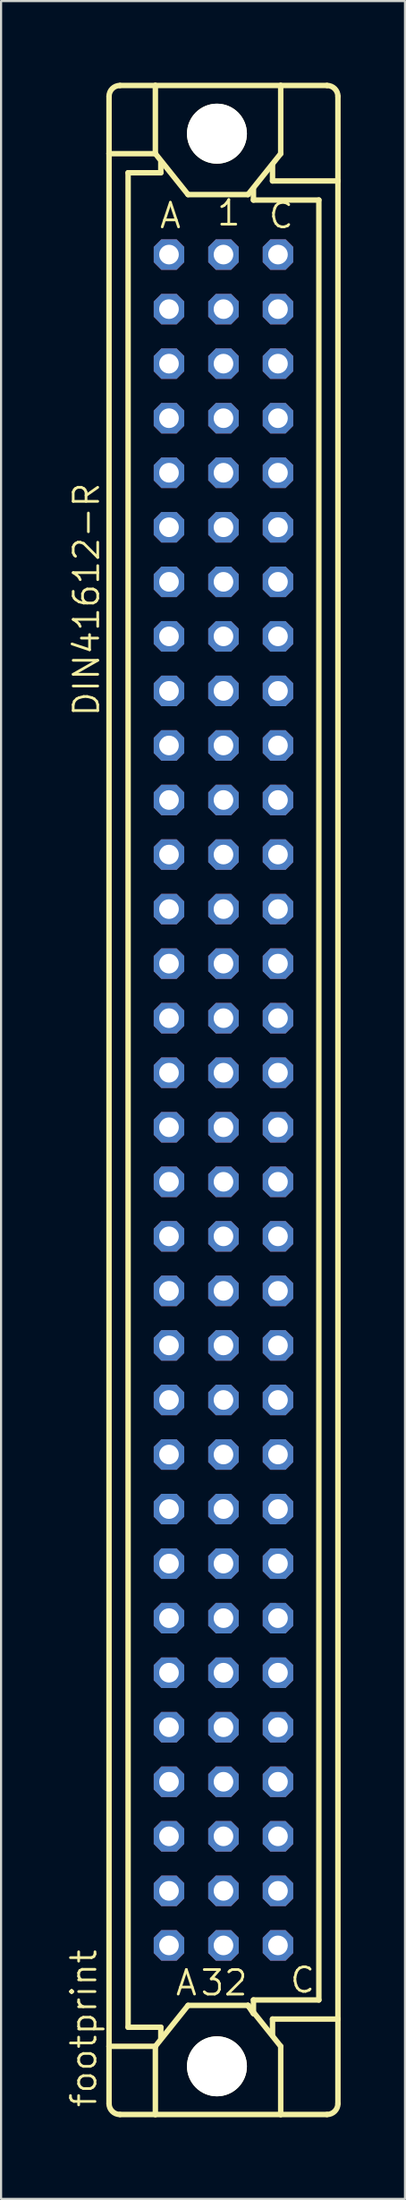
<source format=kicad_pcb>
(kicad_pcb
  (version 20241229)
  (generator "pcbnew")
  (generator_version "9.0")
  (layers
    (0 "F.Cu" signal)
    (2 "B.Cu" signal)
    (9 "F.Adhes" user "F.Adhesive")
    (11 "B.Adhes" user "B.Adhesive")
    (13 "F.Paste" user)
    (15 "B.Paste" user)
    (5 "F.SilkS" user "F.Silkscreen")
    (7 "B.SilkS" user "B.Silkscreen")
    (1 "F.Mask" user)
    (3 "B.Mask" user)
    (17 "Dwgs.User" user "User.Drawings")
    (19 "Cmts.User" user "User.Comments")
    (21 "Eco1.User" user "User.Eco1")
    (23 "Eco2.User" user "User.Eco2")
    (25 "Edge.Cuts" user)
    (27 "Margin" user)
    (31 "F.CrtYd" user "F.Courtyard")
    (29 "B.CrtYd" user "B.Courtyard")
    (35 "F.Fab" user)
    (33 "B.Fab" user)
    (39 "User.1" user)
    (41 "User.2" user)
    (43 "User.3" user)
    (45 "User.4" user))
  (footprint "footprint"
    (layer "F.Cu")
    (at 7.366 48.175)
    (property "Reference" "footprint" (at -5.842 46.99 90) (layer "F.SilkS") (effects (font (size 1.143 1.143) (thickness 0.127)) (justify left bottom)))
    (fp_line (start -5.334 -44.069) (end -5.334 -46.736) (stroke (width 0.254) (type solid)) (layer "F.SilkS"))
    (fp_line (start -5.334 -44.069) (end -3.175 -44.069) (stroke (width 0.254) (type solid)) (layer "F.SilkS"))
    (fp_line (start -5.334 44.069) (end -5.334 -44.069) (stroke (width 0.254) (type solid)) (layer "F.SilkS"))
    (fp_line (start -5.334 44.069) (end -3.175 44.069) (stroke (width 0.254) (type solid)) (layer "F.SilkS"))
    (fp_line (start -5.334 46.736) (end -5.334 44.069) (stroke (width 0.254) (type solid)) (layer "F.SilkS"))
    (fp_line (start -4.826 -47.244) (end -3.175 -47.244) (stroke (width 0.254) (type solid)) (layer "F.SilkS"))
    (fp_line (start -4.826 47.244) (end -3.175 47.244) (stroke (width 0.254) (type solid)) (layer "F.SilkS"))
    (fp_line (start -4.445 -43.18) (end -4.445 43.18) (stroke (width 0.254) (type solid)) (layer "F.SilkS"))
    (fp_line (start -4.445 43.18) (end -2.921 43.18) (stroke (width 0.254) (type solid)) (layer "F.SilkS"))
    (fp_line (start -3.175 -47.244) (end -3.175 -44.069) (stroke (width 0.254) (type solid)) (layer "F.SilkS"))
    (fp_line (start -3.175 47.244) (end -3.175 44.069) (stroke (width 0.254) (type solid)) (layer "F.SilkS"))
    (fp_line (start -3.175 47.244) (end 2.667 47.244) (stroke (width 0.254) (type solid)) (layer "F.SilkS"))
    (fp_line (start -2.921 -43.688) (end -2.921 -43.18) (stroke (width 0.254) (type solid)) (layer "F.SilkS"))
    (fp_line (start -2.921 -43.18) (end -4.445 -43.18) (stroke (width 0.254) (type solid)) (layer "F.SilkS"))
    (fp_line (start -2.921 43.18) (end -2.921 43.688) (stroke (width 0.254) (type solid)) (layer "F.SilkS"))
    (fp_line (start -1.651 -42.164) (end -3.175 -44.069) (stroke (width 0.254) (type solid)) (layer "F.SilkS"))
    (fp_line (start -1.651 42.164) (end -3.175 44.069) (stroke (width 0.254) (type solid)) (layer "F.SilkS"))
    (fp_line (start -1.651 42.164) (end 1.143 42.164) (stroke (width 0.254) (type solid)) (layer "F.SilkS"))
    (fp_line (start 1.143 -42.164) (end -1.651 -42.164) (stroke (width 0.254) (type solid)) (layer "F.SilkS"))
    (fp_line (start 1.143 -42.164) (end 2.667 -44.069) (stroke (width 0.254) (type solid)) (layer "F.SilkS"))
    (fp_line (start 1.143 42.164) (end 1.397 42.545) (stroke (width 0.254) (type solid)) (layer "F.SilkS"))
    (fp_line (start 1.143 42.164) (end 2.667 44.069) (stroke (width 0.254) (type solid)) (layer "F.SilkS"))
    (fp_line (start 1.397 -41.91) (end 1.397 -42.418) (stroke (width 0.254) (type solid)) (layer "F.SilkS"))
    (fp_line (start 1.397 41.91) (end 4.445 41.91) (stroke (width 0.254) (type solid)) (layer "F.SilkS"))
    (fp_line (start 1.397 42.545) (end 1.397 41.91) (stroke (width 0.254) (type solid)) (layer "F.SilkS"))
    (fp_line (start 2.286 -42.799) (end 2.286 -43.561) (stroke (width 0.254) (type solid)) (layer "F.SilkS"))
    (fp_line (start 2.286 42.799) (end 2.286 43.561) (stroke (width 0.254) (type solid)) (layer "F.SilkS"))
    (fp_line (start 2.286 42.799) (end 5.334 42.799) (stroke (width 0.254) (type solid)) (layer "F.SilkS"))
    (fp_line (start 2.667 -47.244) (end -3.175 -47.244) (stroke (width 0.254) (type solid)) (layer "F.SilkS"))
    (fp_line (start 2.667 -47.244) (end 2.667 -44.069) (stroke (width 0.254) (type solid)) (layer "F.SilkS"))
    (fp_line (start 2.667 47.244) (end 2.667 44.069) (stroke (width 0.254) (type solid)) (layer "F.SilkS"))
    (fp_line (start 2.667 47.244) (end 4.826 47.244) (stroke (width 0.254) (type solid)) (layer "F.SilkS"))
    (fp_line (start 4.445 -41.91) (end 1.397 -41.91) (stroke (width 0.254) (type solid)) (layer "F.SilkS"))
    (fp_line (start 4.445 41.91) (end 4.445 -41.91) (stroke (width 0.254) (type solid)) (layer "F.SilkS"))
    (fp_line (start 4.826 -47.244) (end 2.667 -47.244) (stroke (width 0.254) (type solid)) (layer "F.SilkS"))
    (fp_line (start 5.334 -42.799) (end 2.286 -42.799) (stroke (width 0.254) (type solid)) (layer "F.SilkS"))
    (fp_line (start 5.334 -42.799) (end 5.334 -46.736) (stroke (width 0.254) (type solid)) (layer "F.SilkS"))
    (fp_line (start 5.334 42.799) (end 5.334 -42.799) (stroke (width 0.254) (type solid)) (layer "F.SilkS"))
    (fp_line (start 5.334 46.736) (end 5.334 42.799) (stroke (width 0.254) (type solid)) (layer "F.SilkS"))
    (fp_arc (start -5.334 -46.736) (mid -5.18521 -47.09521) (end -4.826 -47.244) (stroke (width 0.254) (type solid)) (layer "F.SilkS"))
    (fp_arc (start -4.826 47.244) (mid -5.18521 47.09521) (end -5.334 46.736) (stroke (width 0.254) (type solid)) (layer "F.SilkS"))
    (fp_arc (start 4.826 -47.244) (mid 5.18521 -47.09521) (end 5.334 -46.736) (stroke (width 0.254) (type solid)) (layer "F.SilkS"))
    (fp_arc (start 5.334 46.736) (mid 5.18521 47.09521) (end 4.826 47.244) (stroke (width 0.254) (type solid)) (layer "F.SilkS"))
    (fp_circle (center -0.305 -45) (end 0.965 -45) (stroke (width 0.254) (type solid)) (fill no) (layer "F.SilkS"))
    (fp_circle (center -0.305 45) (end 0.965 45) (stroke (width 0.254) (type solid)) (fill no) (layer "F.SilkS"))
    (fp_text user "C" (at 2.032 -40.513 0) (layer "F.SilkS") (effects (font (size 1.143 1.143) (thickness 0.127)) (justify left bottom)))
    (fp_text user "A" (at -3.048 -40.513 0) (layer "F.SilkS") (effects (font (size 1.143 1.143) (thickness 0.127)) (justify left bottom)))
    (fp_text user " C " (at 2.159 41.656 0) (layer "F.SilkS") (effects (font (size 1.143 1.143) (thickness 0.127)) (justify left bottom)))
    (fp_text user "32" (at -1.143 41.783 0) (layer "F.SilkS") (effects (font (size 1.143 1.143) (thickness 0.127)) (justify left bottom)))
    (fp_text user "DIN41612-R" (at -5.715 -17.78 90) (layer "F.SilkS") (effects (font (size 1.143 1.143) (thickness 0.127)) (justify left bottom)))
    (fp_text user "1" (at -0.381 -40.64 0) (layer "F.SilkS") (effects (font (size 1.143 1.143) (thickness 0.127)) (justify left bottom)))
    (fp_text user " A " (at -3.175 41.783 0) (layer "F.SilkS") (effects (font (size 1.143 1.143) (thickness 0.127)) (justify left bottom)))
    (pad "" np_thru_hole circle (at -0.305 -45) (size 2.794 2.794) (drill 2.794) (layers "*.Cu" "*.Mask"))
    (pad "" np_thru_hole circle (at -0.305 45) (size 2.794 2.794) (drill 2.794) (layers "*.Cu" "*.Mask"))
    (pad "A1" thru_hole roundrect (at -2.54 -39.37) (size 1.422 1.422) (drill 0.914) (layers "*.Cu" "*.Mask") (roundrect_rratio 0.25) (chamfer_ratio 0.25) (chamfer top_left top_right bottom_left bottom_right))
    (pad "A2" thru_hole roundrect (at -2.54 -36.83) (size 1.422 1.422) (drill 0.914) (layers "*.Cu" "*.Mask") (roundrect_rratio 0.25) (chamfer_ratio 0.25) (chamfer top_left top_right bottom_left bottom_right))
    (pad "A3" thru_hole roundrect (at -2.54 -34.29) (size 1.422 1.422) (drill 0.914) (layers "*.Cu" "*.Mask") (roundrect_rratio 0.25) (chamfer_ratio 0.25) (chamfer top_left top_right bottom_left bottom_right))
    (pad "A4" thru_hole roundrect (at -2.54 -31.75) (size 1.422 1.422) (drill 0.914) (layers "*.Cu" "*.Mask") (roundrect_rratio 0.25) (chamfer_ratio 0.25) (chamfer top_left top_right bottom_left bottom_right))
    (pad "A5" thru_hole roundrect (at -2.54 -29.21) (size 1.422 1.422) (drill 0.914) (layers "*.Cu" "*.Mask") (roundrect_rratio 0.25) (chamfer_ratio 0.25) (chamfer top_left top_right bottom_left bottom_right))
    (pad "A6" thru_hole roundrect (at -2.54 -26.67) (size 1.422 1.422) (drill 0.914) (layers "*.Cu" "*.Mask") (roundrect_rratio 0.25) (chamfer_ratio 0.25) (chamfer top_left top_right bottom_left bottom_right))
    (pad "A7" thru_hole roundrect (at -2.54 -24.13) (size 1.422 1.422) (drill 0.914) (layers "*.Cu" "*.Mask") (roundrect_rratio 0.25) (chamfer_ratio 0.25) (chamfer top_left top_right bottom_left bottom_right))
    (pad "A8" thru_hole roundrect (at -2.54 -21.59) (size 1.422 1.422) (drill 0.914) (layers "*.Cu" "*.Mask") (roundrect_rratio 0.25) (chamfer_ratio 0.25) (chamfer top_left top_right bottom_left bottom_right))
    (pad "A9" thru_hole roundrect (at -2.54 -19.05) (size 1.422 1.422) (drill 0.914) (layers "*.Cu" "*.Mask") (roundrect_rratio 0.25) (chamfer_ratio 0.25) (chamfer top_left top_right bottom_left bottom_right))
    (pad "A10" thru_hole roundrect (at -2.54 -16.51) (size 1.422 1.422) (drill 0.914) (layers "*.Cu" "*.Mask") (roundrect_rratio 0.25) (chamfer_ratio 0.25) (chamfer top_left top_right bottom_left bottom_right))
    (pad "A11" thru_hole roundrect (at -2.54 -13.97) (size 1.422 1.422) (drill 0.914) (layers "*.Cu" "*.Mask") (roundrect_rratio 0.25) (chamfer_ratio 0.25) (chamfer top_left top_right bottom_left bottom_right))
    (pad "A12" thru_hole roundrect (at -2.54 -11.43) (size 1.422 1.422) (drill 0.914) (layers "*.Cu" "*.Mask") (roundrect_rratio 0.25) (chamfer_ratio 0.25) (chamfer top_left top_right bottom_left bottom_right))
    (pad "A13" thru_hole roundrect (at -2.54 -8.89) (size 1.422 1.422) (drill 0.914) (layers "*.Cu" "*.Mask") (roundrect_rratio 0.25) (chamfer_ratio 0.25) (chamfer top_left top_right bottom_left bottom_right))
    (pad "A14" thru_hole roundrect (at -2.54 -6.35) (size 1.422 1.422) (drill 0.914) (layers "*.Cu" "*.Mask") (roundrect_rratio 0.25) (chamfer_ratio 0.25) (chamfer top_left top_right bottom_left bottom_right))
    (pad "A15" thru_hole roundrect (at -2.54 -3.81) (size 1.422 1.422) (drill 0.914) (layers "*.Cu" "*.Mask") (roundrect_rratio 0.25) (chamfer_ratio 0.25) (chamfer top_left top_right bottom_left bottom_right))
    (pad "A16" thru_hole roundrect (at -2.54 -1.27) (size 1.422 1.422) (drill 0.914) (layers "*.Cu" "*.Mask") (roundrect_rratio 0.25) (chamfer_ratio 0.25) (chamfer top_left top_right bottom_left bottom_right))
    (pad "A17" thru_hole roundrect (at -2.54 1.27) (size 1.422 1.422) (drill 0.914) (layers "*.Cu" "*.Mask") (roundrect_rratio 0.25) (chamfer_ratio 0.25) (chamfer top_left top_right bottom_left bottom_right))
    (pad "A18" thru_hole roundrect (at -2.54 3.81) (size 1.422 1.422) (drill 0.914) (layers "*.Cu" "*.Mask") (roundrect_rratio 0.25) (chamfer_ratio 0.25) (chamfer top_left top_right bottom_left bottom_right))
    (pad "A19" thru_hole roundrect (at -2.54 6.35) (size 1.422 1.422) (drill 0.914) (layers "*.Cu" "*.Mask") (roundrect_rratio 0.25) (chamfer_ratio 0.25) (chamfer top_left top_right bottom_left bottom_right))
    (pad "A20" thru_hole roundrect (at -2.54 8.89) (size 1.422 1.422) (drill 0.914) (layers "*.Cu" "*.Mask") (roundrect_rratio 0.25) (chamfer_ratio 0.25) (chamfer top_left top_right bottom_left bottom_right))
    (pad "A21" thru_hole roundrect (at -2.54 11.43) (size 1.422 1.422) (drill 0.914) (layers "*.Cu" "*.Mask") (roundrect_rratio 0.25) (chamfer_ratio 0.25) (chamfer top_left top_right bottom_left bottom_right))
    (pad "A22" thru_hole roundrect (at -2.54 13.97) (size 1.422 1.422) (drill 0.914) (layers "*.Cu" "*.Mask") (roundrect_rratio 0.25) (chamfer_ratio 0.25) (chamfer top_left top_right bottom_left bottom_right))
    (pad "A23" thru_hole roundrect (at -2.54 16.51) (size 1.422 1.422) (drill 0.914) (layers "*.Cu" "*.Mask") (roundrect_rratio 0.25) (chamfer_ratio 0.25) (chamfer top_left top_right bottom_left bottom_right))
    (pad "A24" thru_hole roundrect (at -2.54 19.05) (size 1.422 1.422) (drill 0.914) (layers "*.Cu" "*.Mask") (roundrect_rratio 0.25) (chamfer_ratio 0.25) (chamfer top_left top_right bottom_left bottom_right))
    (pad "A25" thru_hole roundrect (at -2.54 21.59) (size 1.422 1.422) (drill 0.914) (layers "*.Cu" "*.Mask") (roundrect_rratio 0.25) (chamfer_ratio 0.25) (chamfer top_left top_right bottom_left bottom_right))
    (pad "A26" thru_hole roundrect (at -2.54 24.13) (size 1.422 1.422) (drill 0.914) (layers "*.Cu" "*.Mask") (roundrect_rratio 0.25) (chamfer_ratio 0.25) (chamfer top_left top_right bottom_left bottom_right))
    (pad "A27" thru_hole roundrect (at -2.54 26.67) (size 1.422 1.422) (drill 0.914) (layers "*.Cu" "*.Mask") (roundrect_rratio 0.25) (chamfer_ratio 0.25) (chamfer top_left top_right bottom_left bottom_right))
    (pad "A28" thru_hole roundrect (at -2.54 29.21) (size 1.422 1.422) (drill 0.914) (layers "*.Cu" "*.Mask") (roundrect_rratio 0.25) (chamfer_ratio 0.25) (chamfer top_left top_right bottom_left bottom_right))
    (pad "A29" thru_hole roundrect (at -2.54 31.75) (size 1.422 1.422) (drill 0.914) (layers "*.Cu" "*.Mask") (roundrect_rratio 0.25) (chamfer_ratio 0.25) (chamfer top_left top_right bottom_left bottom_right))
    (pad "A30" thru_hole roundrect (at -2.54 34.29) (size 1.422 1.422) (drill 0.914) (layers "*.Cu" "*.Mask") (roundrect_rratio 0.25) (chamfer_ratio 0.25) (chamfer top_left top_right bottom_left bottom_right))
    (pad "A31" thru_hole roundrect (at -2.54 36.83) (size 1.422 1.422) (drill 0.914) (layers "*.Cu" "*.Mask") (roundrect_rratio 0.25) (chamfer_ratio 0.25) (chamfer top_left top_right bottom_left bottom_right))
    (pad "A32" thru_hole roundrect (at -2.54 39.37) (size 1.422 1.422) (drill 0.914) (layers "*.Cu" "*.Mask") (roundrect_rratio 0.25) (chamfer_ratio 0.25) (chamfer top_left top_right bottom_left bottom_right))
    (pad "B1" thru_hole roundrect (at 0 -39.37) (size 1.422 1.422) (drill 0.914) (layers "*.Cu" "*.Mask") (roundrect_rratio 0.25) (chamfer_ratio 0.25) (chamfer top_left top_right bottom_left bottom_right))
    (pad "B2" thru_hole roundrect (at 0 -36.83) (size 1.422 1.422) (drill 0.914) (layers "*.Cu" "*.Mask") (roundrect_rratio 0.25) (chamfer_ratio 0.25) (chamfer top_left top_right bottom_left bottom_right))
    (pad "B3" thru_hole roundrect (at 0 -34.29) (size 1.422 1.422) (drill 0.914) (layers "*.Cu" "*.Mask") (roundrect_rratio 0.25) (chamfer_ratio 0.25) (chamfer top_left top_right bottom_left bottom_right))
    (pad "B4" thru_hole roundrect (at 0 -31.75) (size 1.422 1.422) (drill 0.914) (layers "*.Cu" "*.Mask") (roundrect_rratio 0.25) (chamfer_ratio 0.25) (chamfer top_left top_right bottom_left bottom_right))
    (pad "B5" thru_hole roundrect (at 0 -29.21) (size 1.422 1.422) (drill 0.914) (layers "*.Cu" "*.Mask") (roundrect_rratio 0.25) (chamfer_ratio 0.25) (chamfer top_left top_right bottom_left bottom_right))
    (pad "B6" thru_hole roundrect (at 0 -26.67) (size 1.422 1.422) (drill 0.914) (layers "*.Cu" "*.Mask") (roundrect_rratio 0.25) (chamfer_ratio 0.25) (chamfer top_left top_right bottom_left bottom_right))
    (pad "B7" thru_hole roundrect (at 0 -24.13) (size 1.422 1.422) (drill 0.914) (layers "*.Cu" "*.Mask") (roundrect_rratio 0.25) (chamfer_ratio 0.25) (chamfer top_left top_right bottom_left bottom_right))
    (pad "B8" thru_hole roundrect (at 0 -21.59) (size 1.422 1.422) (drill 0.914) (layers "*.Cu" "*.Mask") (roundrect_rratio 0.25) (chamfer_ratio 0.25) (chamfer top_left top_right bottom_left bottom_right))
    (pad "B9" thru_hole roundrect (at 0 -19.05) (size 1.422 1.422) (drill 0.914) (layers "*.Cu" "*.Mask") (roundrect_rratio 0.25) (chamfer_ratio 0.25) (chamfer top_left top_right bottom_left bottom_right))
    (pad "B10" thru_hole roundrect (at 0 -16.51) (size 1.422 1.422) (drill 0.914) (layers "*.Cu" "*.Mask") (roundrect_rratio 0.25) (chamfer_ratio 0.25) (chamfer top_left top_right bottom_left bottom_right))
    (pad "B11" thru_hole roundrect (at 0 -13.97) (size 1.422 1.422) (drill 0.914) (layers "*.Cu" "*.Mask") (roundrect_rratio 0.25) (chamfer_ratio 0.25) (chamfer top_left top_right bottom_left bottom_right))
    (pad "B12" thru_hole roundrect (at 0 -11.43) (size 1.422 1.422) (drill 0.914) (layers "*.Cu" "*.Mask") (roundrect_rratio 0.25) (chamfer_ratio 0.25) (chamfer top_left top_right bottom_left bottom_right))
    (pad "B13" thru_hole roundrect (at 0 -8.89) (size 1.422 1.422) (drill 0.914) (layers "*.Cu" "*.Mask") (roundrect_rratio 0.25) (chamfer_ratio 0.25) (chamfer top_left top_right bottom_left bottom_right))
    (pad "B14" thru_hole roundrect (at 0 -6.35) (size 1.422 1.422) (drill 0.914) (layers "*.Cu" "*.Mask") (roundrect_rratio 0.25) (chamfer_ratio 0.25) (chamfer top_left top_right bottom_left bottom_right))
    (pad "B15" thru_hole roundrect (at 0 -3.81) (size 1.422 1.422) (drill 0.914) (layers "*.Cu" "*.Mask") (roundrect_rratio 0.25) (chamfer_ratio 0.25) (chamfer top_left top_right bottom_left bottom_right))
    (pad "B16" thru_hole roundrect (at 0 -1.27) (size 1.422 1.422) (drill 0.914) (layers "*.Cu" "*.Mask") (roundrect_rratio 0.25) (chamfer_ratio 0.25) (chamfer top_left top_right bottom_left bottom_right))
    (pad "B17" thru_hole roundrect (at 0 1.27) (size 1.422 1.422) (drill 0.914) (layers "*.Cu" "*.Mask") (roundrect_rratio 0.25) (chamfer_ratio 0.25) (chamfer top_left top_right bottom_left bottom_right))
    (pad "B18" thru_hole roundrect (at 0 3.81) (size 1.422 1.422) (drill 0.914) (layers "*.Cu" "*.Mask") (roundrect_rratio 0.25) (chamfer_ratio 0.25) (chamfer top_left top_right bottom_left bottom_right))
    (pad "B19" thru_hole roundrect (at 0 6.35) (size 1.422 1.422) (drill 0.914) (layers "*.Cu" "*.Mask") (roundrect_rratio 0.25) (chamfer_ratio 0.25) (chamfer top_left top_right bottom_left bottom_right))
    (pad "B20" thru_hole roundrect (at 0 8.89) (size 1.422 1.422) (drill 0.914) (layers "*.Cu" "*.Mask") (roundrect_rratio 0.25) (chamfer_ratio 0.25) (chamfer top_left top_right bottom_left bottom_right))
    (pad "B21" thru_hole roundrect (at 0 11.43) (size 1.422 1.422) (drill 0.914) (layers "*.Cu" "*.Mask") (roundrect_rratio 0.25) (chamfer_ratio 0.25) (chamfer top_left top_right bottom_left bottom_right))
    (pad "B22" thru_hole roundrect (at 0 13.97) (size 1.422 1.422) (drill 0.914) (layers "*.Cu" "*.Mask") (roundrect_rratio 0.25) (chamfer_ratio 0.25) (chamfer top_left top_right bottom_left bottom_right))
    (pad "B23" thru_hole roundrect (at 0 16.51) (size 1.422 1.422) (drill 0.914) (layers "*.Cu" "*.Mask") (roundrect_rratio 0.25) (chamfer_ratio 0.25) (chamfer top_left top_right bottom_left bottom_right))
    (pad "B24" thru_hole roundrect (at 0 19.05) (size 1.422 1.422) (drill 0.914) (layers "*.Cu" "*.Mask") (roundrect_rratio 0.25) (chamfer_ratio 0.25) (chamfer top_left top_right bottom_left bottom_right))
    (pad "B25" thru_hole roundrect (at 0 21.59) (size 1.422 1.422) (drill 0.914) (layers "*.Cu" "*.Mask") (roundrect_rratio 0.25) (chamfer_ratio 0.25) (chamfer top_left top_right bottom_left bottom_right))
    (pad "B26" thru_hole roundrect (at 0 24.13) (size 1.422 1.422) (drill 0.914) (layers "*.Cu" "*.Mask") (roundrect_rratio 0.25) (chamfer_ratio 0.25) (chamfer top_left top_right bottom_left bottom_right))
    (pad "B27" thru_hole roundrect (at 0 26.67) (size 1.422 1.422) (drill 0.914) (layers "*.Cu" "*.Mask") (roundrect_rratio 0.25) (chamfer_ratio 0.25) (chamfer top_left top_right bottom_left bottom_right))
    (pad "B28" thru_hole roundrect (at 0 29.21) (size 1.422 1.422) (drill 0.914) (layers "*.Cu" "*.Mask") (roundrect_rratio 0.25) (chamfer_ratio 0.25) (chamfer top_left top_right bottom_left bottom_right))
    (pad "B29" thru_hole roundrect (at 0 31.75) (size 1.422 1.422) (drill 0.914) (layers "*.Cu" "*.Mask") (roundrect_rratio 0.25) (chamfer_ratio 0.25) (chamfer top_left top_right bottom_left bottom_right))
    (pad "B30" thru_hole roundrect (at 0 34.29) (size 1.422 1.422) (drill 0.914) (layers "*.Cu" "*.Mask") (roundrect_rratio 0.25) (chamfer_ratio 0.25) (chamfer top_left top_right bottom_left bottom_right))
    (pad "B31" thru_hole roundrect (at 0 36.83) (size 1.422 1.422) (drill 0.914) (layers "*.Cu" "*.Mask") (roundrect_rratio 0.25) (chamfer_ratio 0.25) (chamfer top_left top_right bottom_left bottom_right))
    (pad "B32" thru_hole roundrect (at 0 39.37) (size 1.422 1.422) (drill 0.914) (layers "*.Cu" "*.Mask") (roundrect_rratio 0.25) (chamfer_ratio 0.25) (chamfer top_left top_right bottom_left bottom_right))
    (pad "C1" thru_hole roundrect (at 2.54 -39.37) (size 1.422 1.422) (drill 0.914) (layers "*.Cu" "*.Mask") (roundrect_rratio 0.25) (chamfer_ratio 0.25) (chamfer top_left top_right bottom_left bottom_right))
    (pad "C2" thru_hole roundrect (at 2.54 -36.83) (size 1.422 1.422) (drill 0.914) (layers "*.Cu" "*.Mask") (roundrect_rratio 0.25) (chamfer_ratio 0.25) (chamfer top_left top_right bottom_left bottom_right))
    (pad "C3" thru_hole roundrect (at 2.54 -34.29) (size 1.422 1.422) (drill 0.914) (layers "*.Cu" "*.Mask") (roundrect_rratio 0.25) (chamfer_ratio 0.25) (chamfer top_left top_right bottom_left bottom_right))
    (pad "C4" thru_hole roundrect (at 2.54 -31.75) (size 1.422 1.422) (drill 0.914) (layers "*.Cu" "*.Mask") (roundrect_rratio 0.25) (chamfer_ratio 0.25) (chamfer top_left top_right bottom_left bottom_right))
    (pad "C5" thru_hole roundrect (at 2.54 -29.21) (size 1.422 1.422) (drill 0.914) (layers "*.Cu" "*.Mask") (roundrect_rratio 0.25) (chamfer_ratio 0.25) (chamfer top_left top_right bottom_left bottom_right))
    (pad "C6" thru_hole roundrect (at 2.54 -26.67) (size 1.422 1.422) (drill 0.914) (layers "*.Cu" "*.Mask") (roundrect_rratio 0.25) (chamfer_ratio 0.25) (chamfer top_left top_right bottom_left bottom_right))
    (pad "C7" thru_hole roundrect (at 2.54 -24.13) (size 1.422 1.422) (drill 0.914) (layers "*.Cu" "*.Mask") (roundrect_rratio 0.25) (chamfer_ratio 0.25) (chamfer top_left top_right bottom_left bottom_right))
    (pad "C8" thru_hole roundrect (at 2.54 -21.59) (size 1.422 1.422) (drill 0.914) (layers "*.Cu" "*.Mask") (roundrect_rratio 0.25) (chamfer_ratio 0.25) (chamfer top_left top_right bottom_left bottom_right))
    (pad "C9" thru_hole roundrect (at 2.54 -19.05) (size 1.422 1.422) (drill 0.914) (layers "*.Cu" "*.Mask") (roundrect_rratio 0.25) (chamfer_ratio 0.25) (chamfer top_left top_right bottom_left bottom_right))
    (pad "C10" thru_hole roundrect (at 2.54 -16.51) (size 1.422 1.422) (drill 0.914) (layers "*.Cu" "*.Mask") (roundrect_rratio 0.25) (chamfer_ratio 0.25) (chamfer top_left top_right bottom_left bottom_right))
    (pad "C11" thru_hole roundrect (at 2.54 -13.97) (size 1.422 1.422) (drill 0.914) (layers "*.Cu" "*.Mask") (roundrect_rratio 0.25) (chamfer_ratio 0.25) (chamfer top_left top_right bottom_left bottom_right))
    (pad "C12" thru_hole roundrect (at 2.54 -11.43) (size 1.422 1.422) (drill 0.914) (layers "*.Cu" "*.Mask") (roundrect_rratio 0.25) (chamfer_ratio 0.25) (chamfer top_left top_right bottom_left bottom_right))
    (pad "C13" thru_hole roundrect (at 2.54 -8.89) (size 1.422 1.422) (drill 0.914) (layers "*.Cu" "*.Mask") (roundrect_rratio 0.25) (chamfer_ratio 0.25) (chamfer top_left top_right bottom_left bottom_right))
    (pad "C14" thru_hole roundrect (at 2.54 -6.35) (size 1.422 1.422) (drill 0.914) (layers "*.Cu" "*.Mask") (roundrect_rratio 0.25) (chamfer_ratio 0.25) (chamfer top_left top_right bottom_left bottom_right))
    (pad "C15" thru_hole roundrect (at 2.54 -3.81) (size 1.422 1.422) (drill 0.914) (layers "*.Cu" "*.Mask") (roundrect_rratio 0.25) (chamfer_ratio 0.25) (chamfer top_left top_right bottom_left bottom_right))
    (pad "C16" thru_hole roundrect (at 2.54 -1.27) (size 1.422 1.422) (drill 0.914) (layers "*.Cu" "*.Mask") (roundrect_rratio 0.25) (chamfer_ratio 0.25) (chamfer top_left top_right bottom_left bottom_right))
    (pad "C17" thru_hole roundrect (at 2.54 1.27) (size 1.422 1.422) (drill 0.914) (layers "*.Cu" "*.Mask") (roundrect_rratio 0.25) (chamfer_ratio 0.25) (chamfer top_left top_right bottom_left bottom_right))
    (pad "C18" thru_hole roundrect (at 2.54 3.81) (size 1.422 1.422) (drill 0.914) (layers "*.Cu" "*.Mask") (roundrect_rratio 0.25) (chamfer_ratio 0.25) (chamfer top_left top_right bottom_left bottom_right))
    (pad "C19" thru_hole roundrect (at 2.54 6.35) (size 1.422 1.422) (drill 0.914) (layers "*.Cu" "*.Mask") (roundrect_rratio 0.25) (chamfer_ratio 0.25) (chamfer top_left top_right bottom_left bottom_right))
    (pad "C20" thru_hole roundrect (at 2.54 8.89) (size 1.422 1.422) (drill 0.914) (layers "*.Cu" "*.Mask") (roundrect_rratio 0.25) (chamfer_ratio 0.25) (chamfer top_left top_right bottom_left bottom_right))
    (pad "C21" thru_hole roundrect (at 2.54 11.43) (size 1.422 1.422) (drill 0.914) (layers "*.Cu" "*.Mask") (roundrect_rratio 0.25) (chamfer_ratio 0.25) (chamfer top_left top_right bottom_left bottom_right))
    (pad "C22" thru_hole roundrect (at 2.54 13.97) (size 1.422 1.422) (drill 0.914) (layers "*.Cu" "*.Mask") (roundrect_rratio 0.25) (chamfer_ratio 0.25) (chamfer top_left top_right bottom_left bottom_right))
    (pad "C23" thru_hole roundrect (at 2.54 16.51) (size 1.422 1.422) (drill 0.914) (layers "*.Cu" "*.Mask") (roundrect_rratio 0.25) (chamfer_ratio 0.25) (chamfer top_left top_right bottom_left bottom_right))
    (pad "C24" thru_hole roundrect (at 2.54 19.05) (size 1.422 1.422) (drill 0.914) (layers "*.Cu" "*.Mask") (roundrect_rratio 0.25) (chamfer_ratio 0.25) (chamfer top_left top_right bottom_left bottom_right))
    (pad "C25" thru_hole roundrect (at 2.54 21.59) (size 1.422 1.422) (drill 0.914) (layers "*.Cu" "*.Mask") (roundrect_rratio 0.25) (chamfer_ratio 0.25) (chamfer top_left top_right bottom_left bottom_right))
    (pad "C26" thru_hole roundrect (at 2.54 24.13) (size 1.422 1.422) (drill 0.914) (layers "*.Cu" "*.Mask") (roundrect_rratio 0.25) (chamfer_ratio 0.25) (chamfer top_left top_right bottom_left bottom_right))
    (pad "C27" thru_hole roundrect (at 2.54 26.67) (size 1.422 1.422) (drill 0.914) (layers "*.Cu" "*.Mask") (roundrect_rratio 0.25) (chamfer_ratio 0.25) (chamfer top_left top_right bottom_left bottom_right))
    (pad "C28" thru_hole roundrect (at 2.54 29.21) (size 1.422 1.422) (drill 0.914) (layers "*.Cu" "*.Mask") (roundrect_rratio 0.25) (chamfer_ratio 0.25) (chamfer top_left top_right bottom_left bottom_right))
    (pad "C29" thru_hole roundrect (at 2.54 31.75) (size 1.422 1.422) (drill 0.914) (layers "*.Cu" "*.Mask") (roundrect_rratio 0.25) (chamfer_ratio 0.25) (chamfer top_left top_right bottom_left bottom_right))
    (pad "C30" thru_hole roundrect (at 2.54 34.29) (size 1.422 1.422) (drill 0.914) (layers "*.Cu" "*.Mask") (roundrect_rratio 0.25) (chamfer_ratio 0.25) (chamfer top_left top_right bottom_left bottom_right))
    (pad "C31" thru_hole roundrect (at 2.54 36.83) (size 1.422 1.422) (drill 0.914) (layers "*.Cu" "*.Mask") (roundrect_rratio 0.25) (chamfer_ratio 0.25) (chamfer top_left top_right bottom_left bottom_right))
    (pad "C32" thru_hole roundrect (at 2.54 39.37) (size 1.422 1.422) (drill 0.914) (layers "*.Cu" "*.Mask") (roundrect_rratio 0.25) (chamfer_ratio 0.25) (chamfer top_left top_right bottom_left bottom_right))
    (zone (net_name "") (layers "F.Cu" "B.Cu") (hatch edge 0.508) (connect_pads) (min_thickness 0.254) (filled_areas_thickness no) (keepout (tracks allowed) (vias not_allowed) (pads allowed) (copperpour allowed) (footprints allowed)) (placement (enabled no)) (fill) (polygon (pts (xy 10.236 3.175) (xy 10.188 2.624) (xy 10.045 2.089) (xy 9.811 1.587) (xy 9.493 1.134) (xy 9.102 0.743) (xy 8.649 0.425) (xy 8.147 0.191) (xy 7.613 0.048) (xy 7.061 0) (xy 6.51 0.048) (xy 5.975 0.191) (xy 5.474 0.425) (xy 5.02 0.743) (xy 4.629 1.134) (xy 4.312 1.587) (xy 4.078 2.089) (xy 3.934 2.624) (xy 3.886 3.175) (xy 3.934 3.726) (xy 4.078 4.261) (xy 4.312 4.763) (xy 4.629 5.216) (xy 5.02 5.607) (xy 5.474 5.925) (xy 5.975 6.159) (xy 6.51 6.302) (xy 7.061 6.35) (xy 7.613 6.302) (xy 8.147 6.159) (xy 8.649 5.925) (xy 9.102 5.607) (xy 9.493 5.216) (xy 9.811 4.763) (xy 10.045 4.261) (xy 10.188 3.726))) (polygon (pts (xy 8.458 3.175) (xy 8.437 2.932) (xy 8.374 2.697) (xy 8.271 2.477) (xy 8.131 2.277) (xy 7.959 2.105) (xy 7.76 1.965) (xy 7.539 1.862) (xy 7.304 1.799) (xy 7.061 1.778) (xy 6.819 1.799) (xy 6.583 1.862) (xy 6.363 1.965) (xy 6.163 2.105) (xy 5.991 2.277) (xy 5.851 2.477) (xy 5.748 2.697) (xy 5.685 2.932) (xy 5.664 3.175) (xy 5.685 3.418) (xy 5.748 3.653) (xy 5.851 3.873) (xy 5.991 4.073) (xy 6.163 4.245) (xy 6.363 4.385) (xy 6.583 4.488) (xy 6.819 4.551) (xy 7.061 4.572) (xy 7.304 4.551) (xy 7.539 4.488) (xy 7.76 4.385) (xy 7.959 4.245) (xy 8.131 4.073) (xy 8.271 3.873) (xy 8.374 3.653) (xy 8.437 3.418))))
    (zone (net_name "") (layers "F.Cu" "B.Cu") (hatch edge 0.508) (connect_pads) (min_thickness 0.254) (filled_areas_thickness no) (keepout (tracks allowed) (vias not_allowed) (pads allowed) (copperpour allowed) (footprints allowed)) (placement (enabled no)) (fill) (polygon (pts (xy 10.236 93.175) (xy 10.188 92.623) (xy 10.045 92.089) (xy 9.811 91.587) (xy 9.493 91.134) (xy 9.102 90.743) (xy 8.649 90.425) (xy 8.147 90.191) (xy 7.613 90.048) (xy 7.061 90) (xy 6.51 90.048) (xy 5.975 90.191) (xy 5.474 90.425) (xy 5.02 90.743) (xy 4.629 91.134) (xy 4.312 91.587) (xy 4.078 92.089) (xy 3.934 92.623) (xy 3.886 93.175) (xy 3.934 93.726) (xy 4.078 94.261) (xy 4.312 94.762) (xy 4.629 95.216) (xy 5.02 95.607) (xy 5.474 95.924) (xy 5.975 96.158) (xy 6.51 96.302) (xy 7.061 96.35) (xy 7.613 96.302) (xy 8.147 96.158) (xy 8.649 95.924) (xy 9.102 95.607) (xy 9.493 95.216) (xy 9.811 94.762) (xy 10.045 94.261) (xy 10.188 93.726))) (polygon (pts (xy 8.458 93.175) (xy 8.437 92.932) (xy 8.374 92.697) (xy 8.271 92.476) (xy 8.131 92.277) (xy 7.959 92.105) (xy 7.76 91.965) (xy 7.539 91.862) (xy 7.304 91.799) (xy 7.061 91.778) (xy 6.819 91.799) (xy 6.583 91.862) (xy 6.363 91.965) (xy 6.163 92.105) (xy 5.991 92.277) (xy 5.851 92.476) (xy 5.748 92.697) (xy 5.685 92.932) (xy 5.664 93.175) (xy 5.685 93.417) (xy 5.748 93.653) (xy 5.851 93.873) (xy 5.991 94.073) (xy 6.163 94.245) (xy 6.363 94.385) (xy 6.583 94.488) (xy 6.819 94.551) (xy 7.061 94.572) (xy 7.304 94.551) (xy 7.539 94.488) (xy 7.76 94.385) (xy 7.959 94.245) (xy 8.131 94.073) (xy 8.271 93.873) (xy 8.374 93.653) (xy 8.437 93.417))))
    (zone (net_name "") (layer "B.Cu") (hatch edge 0.508) (connect_pads) (min_thickness 0.254) (filled_areas_thickness no) (keepout (tracks not_allowed) (vias not_allowed) (pads not_allowed) (copperpour not_allowed) (footprints allowed)) (placement (enabled no)) (fill) (polygon (pts (xy 10.236 3.175) (xy 10.188 2.624) (xy 10.045 2.089) (xy 9.811 1.587) (xy 9.493 1.134) (xy 9.102 0.743) (xy 8.649 0.425) (xy 8.147 0.191) (xy 7.613 0.048) (xy 7.061 0) (xy 6.51 0.048) (xy 5.975 0.191) (xy 5.474 0.425) (xy 5.02 0.743) (xy 4.629 1.134) (xy 4.312 1.587) (xy 4.078 2.089) (xy 3.934 2.624) (xy 3.886 3.175) (xy 3.934 3.726) (xy 4.078 4.261) (xy 4.312 4.763) (xy 4.629 5.216) (xy 5.02 5.607) (xy 5.474 5.925) (xy 5.975 6.159) (xy 6.51 6.302) (xy 7.061 6.35) (xy 7.613 6.302) (xy 8.147 6.159) (xy 8.649 5.925) (xy 9.102 5.607) (xy 9.493 5.216) (xy 9.811 4.763) (xy 10.045 4.261) (xy 10.188 3.726))) (polygon (pts (xy 8.458 3.175) (xy 8.437 2.932) (xy 8.374 2.697) (xy 8.271 2.477) (xy 8.131 2.277) (xy 7.959 2.105) (xy 7.76 1.965) (xy 7.539 1.862) (xy 7.304 1.799) (xy 7.061 1.778) (xy 6.819 1.799) (xy 6.583 1.862) (xy 6.363 1.965) (xy 6.163 2.105) (xy 5.991 2.277) (xy 5.851 2.477) (xy 5.748 2.697) (xy 5.685 2.932) (xy 5.664 3.175) (xy 5.685 3.418) (xy 5.748 3.653) (xy 5.851 3.873) (xy 5.991 4.073) (xy 6.163 4.245) (xy 6.363 4.385) (xy 6.583 4.488) (xy 6.819 4.551) (xy 7.061 4.572) (xy 7.304 4.551) (xy 7.539 4.488) (xy 7.76 4.385) (xy 7.959 4.245) (xy 8.131 4.073) (xy 8.271 3.873) (xy 8.374 3.653) (xy 8.437 3.418))))
    (zone (net_name "") (layer "B.Cu") (hatch edge 0.508) (connect_pads) (min_thickness 0.254) (filled_areas_thickness no) (keepout (tracks not_allowed) (vias not_allowed) (pads not_allowed) (copperpour not_allowed) (footprints allowed)) (placement (enabled no)) (fill) (polygon (pts (xy 10.236 93.175) (xy 10.188 92.623) (xy 10.045 92.089) (xy 9.811 91.587) (xy 9.493 91.134) (xy 9.102 90.743) (xy 8.649 90.425) (xy 8.147 90.191) (xy 7.613 90.048) (xy 7.061 90) (xy 6.51 90.048) (xy 5.975 90.191) (xy 5.474 90.425) (xy 5.02 90.743) (xy 4.629 91.134) (xy 4.312 91.587) (xy 4.078 92.089) (xy 3.934 92.623) (xy 3.886 93.175) (xy 3.934 93.726) (xy 4.078 94.261) (xy 4.312 94.762) (xy 4.629 95.216) (xy 5.02 95.607) (xy 5.474 95.924) (xy 5.975 96.158) (xy 6.51 96.302) (xy 7.061 96.35) (xy 7.613 96.302) (xy 8.147 96.158) (xy 8.649 95.924) (xy 9.102 95.607) (xy 9.493 95.216) (xy 9.811 94.762) (xy 10.045 94.261) (xy 10.188 93.726))) (polygon (pts (xy 8.458 93.175) (xy 8.437 92.932) (xy 8.374 92.697) (xy 8.271 92.476) (xy 8.131 92.277) (xy 7.959 92.105) (xy 7.76 91.965) (xy 7.539 91.862) (xy 7.304 91.799) (xy 7.061 91.778) (xy 6.819 91.799) (xy 6.583 91.862) (xy 6.363 91.965) (xy 6.163 92.105) (xy 5.991 92.277) (xy 5.851 92.476) (xy 5.748 92.697) (xy 5.685 92.932) (xy 5.664 93.175) (xy 5.685 93.417) (xy 5.748 93.653) (xy 5.851 93.873) (xy 5.991 94.073) (xy 6.163 94.245) (xy 6.363 94.385) (xy 6.583 94.488) (xy 6.819 94.551) (xy 7.061 94.572) (xy 7.304 94.551) (xy 7.539 94.488) (xy 7.76 94.385) (xy 7.959 94.245) (xy 8.131 94.073) (xy 8.271 93.873) (xy 8.374 93.653) (xy 8.437 93.417)))))
  (gr_rect
    (start -3 -3)
    (end 15.827 99.35)
    (stroke (width 0.1) (type default))
    (fill no)
    (layer "Edge.Cuts")))
</source>
